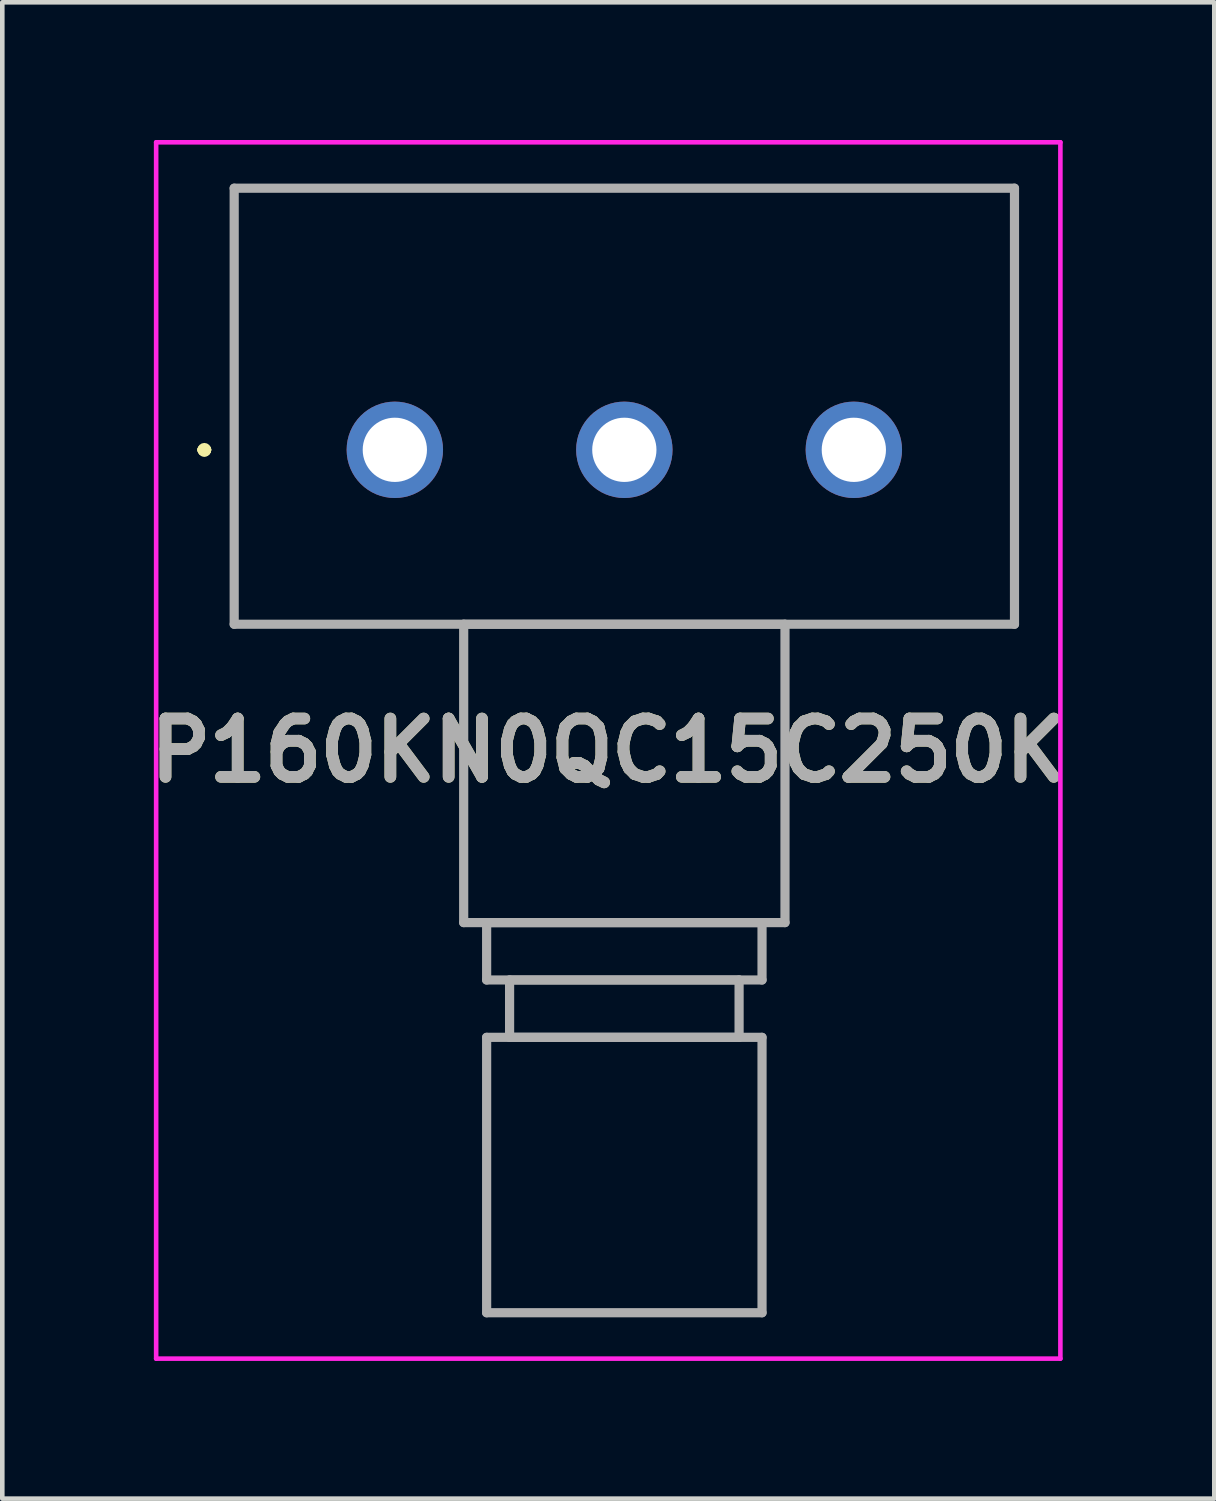
<source format=kicad_pcb>
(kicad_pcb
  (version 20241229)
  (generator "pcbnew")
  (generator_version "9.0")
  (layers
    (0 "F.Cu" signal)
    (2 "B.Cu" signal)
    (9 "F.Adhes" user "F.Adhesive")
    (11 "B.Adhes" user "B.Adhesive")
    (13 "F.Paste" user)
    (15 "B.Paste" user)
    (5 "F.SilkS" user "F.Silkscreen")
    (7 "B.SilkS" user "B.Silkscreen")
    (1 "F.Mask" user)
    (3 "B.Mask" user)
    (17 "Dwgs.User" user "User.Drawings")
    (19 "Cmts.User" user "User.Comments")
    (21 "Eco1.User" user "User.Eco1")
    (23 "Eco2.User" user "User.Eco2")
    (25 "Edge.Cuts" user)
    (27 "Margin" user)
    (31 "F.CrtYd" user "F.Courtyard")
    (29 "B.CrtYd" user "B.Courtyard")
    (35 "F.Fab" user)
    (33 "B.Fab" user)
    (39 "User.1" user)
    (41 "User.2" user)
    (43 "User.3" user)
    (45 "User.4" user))
  (footprint "P160KN0QC15C250K"
    (layer "F.Cu")
    (at 5.552 6.75)
    (property "Reference" "P160KN0QC15C250K" (at 4.65 6.55 0) (layer "F.SilkS") (effects (font (size 1.27 1.27) (thickness 0.254))))
    (attr through_hole)
    (fp_line (start -4.2 0) (end -4.2 0) (stroke (width 0.2) (type solid)) (layer "F.SilkS"))
    (fp_line (start -4.2 0) (end -4.2 0) (stroke (width 0.2) (type solid)) (layer "F.SilkS"))
    (fp_line (start -4.1 0) (end -4.1 0) (stroke (width 0.2) (type solid)) (layer "F.SilkS"))
    (fp_line (start -3.5 -5.7) (end -3.5 3.8) (stroke (width 0.1) (type solid)) (layer "F.SilkS"))
    (fp_line (start -3.5 3.8) (end 13.5 3.8) (stroke (width 0.1) (type solid)) (layer "F.SilkS"))
    (fp_line (start 1.5 3.8) (end 1.5 10.3) (stroke (width 0.1) (type solid)) (layer "F.SilkS"))
    (fp_line (start 1.5 10.3) (end 8.5 10.3) (stroke (width 0.1) (type solid)) (layer "F.SilkS"))
    (fp_line (start 2 10.3) (end 2 11.55) (stroke (width 0.1) (type solid)) (layer "F.SilkS"))
    (fp_line (start 2 11.55) (end 8 11.55) (stroke (width 0.1) (type solid)) (layer "F.SilkS"))
    (fp_line (start 2 12.8) (end 2 18.8) (stroke (width 0.1) (type solid)) (layer "F.SilkS"))
    (fp_line (start 2 18.8) (end 8 18.8) (stroke (width 0.1) (type solid)) (layer "F.SilkS"))
    (fp_line (start 2.5 11.55) (end 2.5 12.8) (stroke (width 0.1) (type solid)) (layer "F.SilkS"))
    (fp_line (start 2.5 12.8) (end 7.5 12.8) (stroke (width 0.1) (type solid)) (layer "F.SilkS"))
    (fp_line (start 7.5 11.55) (end 2.5 11.55) (stroke (width 0.1) (type solid)) (layer "F.SilkS"))
    (fp_line (start 7.5 12.8) (end 7.5 11.55) (stroke (width 0.1) (type solid)) (layer "F.SilkS"))
    (fp_line (start 8 10.3) (end 2 10.3) (stroke (width 0.1) (type solid)) (layer "F.SilkS"))
    (fp_line (start 8 11.55) (end 8 10.3) (stroke (width 0.1) (type solid)) (layer "F.SilkS"))
    (fp_line (start 8 12.8) (end 2 12.8) (stroke (width 0.1) (type solid)) (layer "F.SilkS"))
    (fp_line (start 8 18.8) (end 8 12.8) (stroke (width 0.1) (type solid)) (layer "F.SilkS"))
    (fp_line (start 8.5 3.8) (end 1.5 3.8) (stroke (width 0.1) (type solid)) (layer "F.SilkS"))
    (fp_line (start 8.5 10.3) (end 8.5 3.8) (stroke (width 0.1) (type solid)) (layer "F.SilkS"))
    (fp_line (start 13.5 -5.7) (end -3.5 -5.7) (stroke (width 0.1) (type solid)) (layer "F.SilkS"))
    (fp_line (start 13.5 3.8) (end 13.5 -5.7) (stroke (width 0.1) (type solid)) (layer "F.SilkS"))
    (fp_arc (start -4.2 0) (mid -4.15 -0.05) (end -4.1 0) (stroke (width 0.2) (type solid)) (layer "F.SilkS"))
    (fp_arc (start -4.1 0) (mid -4.15 0.05) (end -4.2 0) (stroke (width 0.2) (type solid)) (layer "F.SilkS"))
    (fp_arc (start -4.1 0) (mid -4.15 0.05) (end -4.2 0) (stroke (width 0.2) (type solid)) (layer "F.SilkS"))
    (fp_line (start -5.2 -6.7) (end 14.5 -6.7) (stroke (width 0.1) (type solid)) (layer "F.CrtYd"))
    (fp_line (start -5.2 19.8) (end -5.2 -6.7) (stroke (width 0.1) (type solid)) (layer "F.CrtYd"))
    (fp_line (start 14.5 -6.7) (end 14.5 19.8) (stroke (width 0.1) (type solid)) (layer "F.CrtYd"))
    (fp_line (start 14.5 19.8) (end -5.2 19.8) (stroke (width 0.1) (type solid)) (layer "F.CrtYd"))
    (fp_line (start -3.5 -5.7) (end -3.5 3.8) (stroke (width 0.2) (type solid)) (layer "F.Fab"))
    (fp_line (start -3.5 3.8) (end 13.5 3.8) (stroke (width 0.2) (type solid)) (layer "F.Fab"))
    (fp_line (start 1.5 3.8) (end 8.5 3.8) (stroke (width 0.2) (type solid)) (layer "F.Fab"))
    (fp_line (start 1.5 10.3) (end 1.5 3.8) (stroke (width 0.2) (type solid)) (layer "F.Fab"))
    (fp_line (start 2 10.3) (end 8 10.3) (stroke (width 0.2) (type solid)) (layer "F.Fab"))
    (fp_line (start 2 11.55) (end 2 10.3) (stroke (width 0.2) (type solid)) (layer "F.Fab"))
    (fp_line (start 2 12.8) (end 8 12.8) (stroke (width 0.2) (type solid)) (layer "F.Fab"))
    (fp_line (start 2 18.8) (end 2 12.8) (stroke (width 0.2) (type solid)) (layer "F.Fab"))
    (fp_line (start 2.5 11.55) (end 7.5 11.55) (stroke (width 0.2) (type solid)) (layer "F.Fab"))
    (fp_line (start 2.5 12.8) (end 2.5 11.55) (stroke (width 0.2) (type solid)) (layer "F.Fab"))
    (fp_line (start 7.5 11.55) (end 7.5 12.8) (stroke (width 0.2) (type solid)) (layer "F.Fab"))
    (fp_line (start 7.5 12.8) (end 2.5 12.8) (stroke (width 0.2) (type solid)) (layer "F.Fab"))
    (fp_line (start 8 10.3) (end 8 11.55) (stroke (width 0.2) (type solid)) (layer "F.Fab"))
    (fp_line (start 8 11.55) (end 2 11.55) (stroke (width 0.2) (type solid)) (layer "F.Fab"))
    (fp_line (start 8 12.8) (end 8 18.8) (stroke (width 0.2) (type solid)) (layer "F.Fab"))
    (fp_line (start 8 18.8) (end 2 18.8) (stroke (width 0.2) (type solid)) (layer "F.Fab"))
    (fp_line (start 8.5 3.8) (end 8.5 10.3) (stroke (width 0.2) (type solid)) (layer "F.Fab"))
    (fp_line (start 8.5 10.3) (end 1.5 10.3) (stroke (width 0.2) (type solid)) (layer "F.Fab"))
    (fp_line (start 13.5 -5.7) (end -3.5 -5.7) (stroke (width 0.2) (type solid)) (layer "F.Fab"))
    (fp_line (start 13.5 3.8) (end 13.5 -5.7) (stroke (width 0.2) (type solid)) (layer "F.Fab"))
    (fp_text user "${REFERENCE}" (at 4.65 6.55 0) (layer "F.Fab") (effects (font (size 1.27 1.27) (thickness 0.254))))
    (pad "1" thru_hole circle (at 0 0) (size 2.1 2.1) (drill 1.4) (layers "*.Cu" "*.Mask"))
    (pad "2" thru_hole circle (at 5 0) (size 2.1 2.1) (drill 1.4) (layers "*.Cu" "*.Mask"))
    (pad "3" thru_hole circle (at 10 0) (size 2.1 2.1) (drill 1.4) (layers "*.Cu" "*.Mask")))
  (gr_rect
    (start -3 -3)
    (end 23.405 29.6)
    (stroke (width 0.1) (type default))
    (fill no)
    (layer "Edge.Cuts")))
</source>
